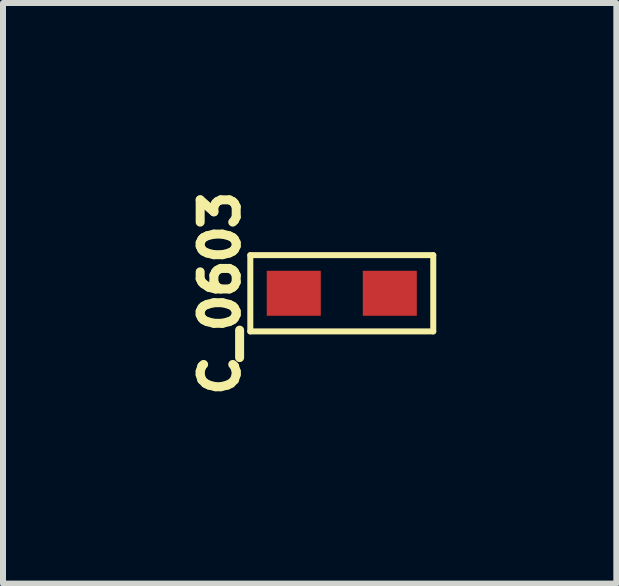
<source format=kicad_pcb>
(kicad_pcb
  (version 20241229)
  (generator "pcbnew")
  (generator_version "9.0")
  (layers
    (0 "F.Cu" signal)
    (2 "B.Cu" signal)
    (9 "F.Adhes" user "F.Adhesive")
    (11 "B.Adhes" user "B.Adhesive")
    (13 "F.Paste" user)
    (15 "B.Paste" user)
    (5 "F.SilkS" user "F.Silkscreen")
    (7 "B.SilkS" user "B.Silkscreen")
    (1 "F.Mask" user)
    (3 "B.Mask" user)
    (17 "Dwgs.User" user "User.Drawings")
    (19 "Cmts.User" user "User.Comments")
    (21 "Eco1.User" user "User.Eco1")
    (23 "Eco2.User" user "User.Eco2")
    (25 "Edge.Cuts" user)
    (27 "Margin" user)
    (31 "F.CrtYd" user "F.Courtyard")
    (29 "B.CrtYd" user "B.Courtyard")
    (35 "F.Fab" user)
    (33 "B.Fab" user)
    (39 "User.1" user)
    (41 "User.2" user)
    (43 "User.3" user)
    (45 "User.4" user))
  (footprint "C_0603"
    (layer "F.Cu")
    (at 2.644 1.836)
    (property "Reference" "C_0603" (at -2.029 0 270) (layer "F.SilkS") (effects (font (size 0.6 0.6) (thickness 0.15))))
    (attr smd)
    (fp_line (start -1.524 -0.635) (end 1.524 -0.635) (stroke (width 0.1) (type solid)) (layer "F.SilkS"))
    (fp_line (start -1.524 0.635) (end -1.524 -0.635) (stroke (width 0.1) (type solid)) (layer "F.SilkS"))
    (fp_line (start 1.524 -0.635) (end 1.524 0.635) (stroke (width 0.1) (type solid)) (layer "F.SilkS"))
    (fp_line (start 1.524 0.635) (end -1.524 0.635) (stroke (width 0.1) (type solid)) (layer "F.SilkS"))
    (pad "1" smd rect (at -0.8 0) (size 0.9 0.75) (layers "F.Cu" "F.Mask" "F.Paste"))
    (pad "2" smd rect (at 0.8 0) (size 0.9 0.75) (layers "F.Cu" "F.Mask" "F.Paste")))
  (gr_rect
    (start -3 -3)
    (end 7.218 6.673)
    (stroke (width 0.1) (type default))
    (fill no)
    (layer "Edge.Cuts")))
</source>
